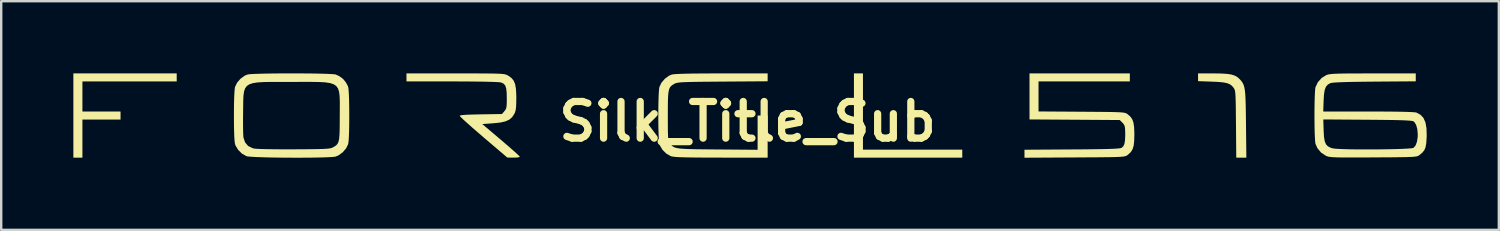
<source format=kicad_pcb>
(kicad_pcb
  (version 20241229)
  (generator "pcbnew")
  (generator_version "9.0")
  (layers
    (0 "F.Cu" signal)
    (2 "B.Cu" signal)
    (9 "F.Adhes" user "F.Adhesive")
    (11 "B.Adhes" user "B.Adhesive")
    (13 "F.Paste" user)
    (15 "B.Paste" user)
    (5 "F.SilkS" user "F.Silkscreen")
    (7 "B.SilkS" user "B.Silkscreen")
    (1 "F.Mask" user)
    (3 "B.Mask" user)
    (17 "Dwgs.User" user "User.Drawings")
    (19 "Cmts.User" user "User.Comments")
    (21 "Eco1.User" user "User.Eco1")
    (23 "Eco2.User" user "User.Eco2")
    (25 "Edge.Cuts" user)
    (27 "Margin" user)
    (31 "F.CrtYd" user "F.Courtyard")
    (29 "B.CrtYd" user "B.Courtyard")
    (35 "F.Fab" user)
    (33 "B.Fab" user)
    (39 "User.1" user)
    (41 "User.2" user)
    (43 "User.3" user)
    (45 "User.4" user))
  (footprint "Silk_Title_Sub"
    (layer "F.Cu")
    (at 28.028 2.003)
    (property "Reference" "Silk_Title_Sub" (at 0 0 0) (layer "F.SilkS") (effects (font (size 1.524 1.524) (thickness 0.3))))
    (attr board_only exclude_from_pos_files exclude_from_bom)
    (fp_poly (pts (xy 4.796 1.168) (xy 8.925 1.168) (xy 8.925 1.501) (xy 4.421 1.501) (xy 4.421 -2.002) (xy 4.796 -2.002)) (stroke (width 0) (type solid)) (fill yes) (layer "F.SilkS"))
    (fp_poly (pts (xy -23.732 -1.668) (xy -27.652 -1.668) (xy -27.652 -0.417) (xy -26.067 -0.417) (xy -26.067 -0.083) (xy -27.652 -0.083) (xy -27.652 1.501) (xy -28.028 1.501) (xy -28.028 -2.002) (xy -23.732 -2.002)) (stroke (width 0) (type solid)) (fill yes) (layer "F.SilkS"))
    (fp_poly (pts (xy 19.384 -2.001) (xy 19.693 -1.997) (xy 19.932 -1.982) (xy 20.115 -1.954) (xy 20.256 -1.908) (xy 20.369 -1.843) (xy 20.466 -1.754) (xy 20.486 -1.731) (xy 20.542 -1.664) (xy 20.587 -1.596) (xy 20.623 -1.519) (xy 20.651 -1.422) (xy 20.673 -1.298) (xy 20.689 -1.137) (xy 20.7 -0.929) (xy 20.708 -0.667) (xy 20.714 -0.339) (xy 20.719 0.062) (xy 20.719 0.094) (xy 20.735 1.501) (xy 20.315 1.501) (xy 20.303 0.107) (xy 20.299 -0.271) (xy 20.296 -0.576) (xy 20.292 -0.814) (xy 20.286 -0.997) (xy 20.279 -1.133) (xy 20.269 -1.23) (xy 20.256 -1.298) (xy 20.239 -1.347) (xy 20.218 -1.384) (xy 20.204 -1.405) (xy 20.13 -1.49) (xy 20.043 -1.553) (xy 19.93 -1.597) (xy 19.777 -1.627) (xy 19.567 -1.647) (xy 19.303 -1.659) (xy 18.727 -1.68) (xy 18.727 -2.002)) (stroke (width 0) (type solid)) (fill yes) (layer "F.SilkS"))
    (fp_poly (pts (xy 15.891 -1.668) (xy 12.095 -1.668) (xy 12.095 -0.42) (xy 13.886 -0.408) (xy 14.319 -0.405) (xy 14.677 -0.402) (xy 14.967 -0.399) (xy 15.198 -0.395) (xy 15.376 -0.389) (xy 15.51 -0.383) (xy 15.608 -0.374) (xy 15.677 -0.362) (xy 15.726 -0.348) (xy 15.761 -0.331) (xy 15.792 -0.31) (xy 15.794 -0.308) (xy 15.909 -0.209) (xy 15.989 -0.098) (xy 16.04 0.04) (xy 16.068 0.222) (xy 16.078 0.466) (xy 16.078 0.542) (xy 16.072 0.805) (xy 16.05 1.002) (xy 16.005 1.15) (xy 15.933 1.266) (xy 15.828 1.367) (xy 15.794 1.393) (xy 15.765 1.413) (xy 15.733 1.429) (xy 15.688 1.443) (xy 15.626 1.454) (xy 15.538 1.463) (xy 15.416 1.471) (xy 15.255 1.476) (xy 15.046 1.481) (xy 14.782 1.484) (xy 14.457 1.487) (xy 14.062 1.489) (xy 13.594 1.492) (xy 11.511 1.504) (xy 11.511 1.172) (xy 13.482 1.159) (xy 13.969 1.156) (xy 14.378 1.151) (xy 14.716 1.146) (xy 14.987 1.14) (xy 15.198 1.133) (xy 15.355 1.124) (xy 15.462 1.113) (xy 15.527 1.101) (xy 15.546 1.094) (xy 15.617 1.032) (xy 15.664 0.935) (xy 15.69 0.787) (xy 15.699 0.576) (xy 15.699 0.487) (xy 15.694 0.318) (xy 15.681 0.208) (xy 15.653 0.133) (xy 15.603 0.069) (xy 15.584 0.049) (xy 15.472 -0.063) (xy 11.72 -0.088) (xy 11.72 -2.002) (xy 15.891 -2.002)) (stroke (width 0) (type solid)) (fill yes) (layer "F.SilkS"))
    (fp_poly (pts (xy -12.147 -2.001) (xy -11.683 -2.001) (xy -11.295 -2.001) (xy -10.976 -1.999) (xy -10.717 -1.997) (xy -10.513 -1.994) (xy -10.354 -1.989) (xy -10.234 -1.982) (xy -10.145 -1.973) (xy -10.08 -1.962) (xy -10.031 -1.947) (xy -9.992 -1.93) (xy -9.953 -1.909) (xy -9.951 -1.907) (xy -9.822 -1.817) (xy -9.729 -1.708) (xy -9.667 -1.564) (xy -9.631 -1.373) (xy -9.616 -1.12) (xy -9.614 -0.98) (xy -9.617 -0.755) (xy -9.625 -0.593) (xy -9.641 -0.476) (xy -9.668 -0.384) (xy -9.701 -0.313) (xy -9.791 -0.177) (xy -9.91 -0.077) (xy -10.07 -0.006) (xy -10.286 0.042) (xy -10.57 0.072) (xy -10.575 0.072) (xy -11.03 0.104) (xy -10.249 0.765) (xy -10.033 0.95) (xy -9.84 1.117) (xy -9.678 1.26) (xy -9.557 1.371) (xy -9.485 1.442) (xy -9.468 1.464) (xy -9.506 1.483) (xy -9.605 1.496) (xy -9.728 1.499) (xy -9.989 1.497) (xy -10.977 0.655) (xy -11.221 0.445) (xy -11.443 0.252) (xy -11.636 0.081) (xy -11.792 -0.06) (xy -11.902 -0.164) (xy -11.961 -0.225) (xy -11.968 -0.236) (xy -11.941 -0.254) (xy -11.857 -0.269) (xy -11.707 -0.281) (xy -11.488 -0.29) (xy -11.193 -0.297) (xy -11.091 -0.299) (xy -10.211 -0.313) (xy -10.11 -0.43) (xy -10.064 -0.491) (xy -10.034 -0.558) (xy -10.018 -0.65) (xy -10.011 -0.788) (xy -10.01 -0.96) (xy -10.015 -1.204) (xy -10.035 -1.378) (xy -10.074 -1.497) (xy -10.138 -1.572) (xy -10.23 -1.618) (xy -10.256 -1.626) (xy -10.334 -1.636) (xy -10.488 -1.645) (xy -10.712 -1.652) (xy -11 -1.659) (xy -11.344 -1.663) (xy -11.738 -1.667) (xy -12.175 -1.668) (xy -12.293 -1.668) (xy -14.181 -1.668) (xy -14.181 -2.002)) (stroke (width 0) (type solid)) (fill yes) (layer "F.SilkS"))
    (fp_poly (pts (xy 0.834 -1.674) (xy -1.032 -1.661) (xy -1.48 -1.657) (xy -1.851 -1.654) (xy -2.155 -1.65) (xy -2.398 -1.645) (xy -2.589 -1.639) (xy -2.734 -1.632) (xy -2.842 -1.623) (xy -2.921 -1.611) (xy -2.977 -1.598) (xy -3.019 -1.581) (xy -3.034 -1.574) (xy -3.116 -1.526) (xy -3.181 -1.476) (xy -3.23 -1.415) (xy -3.265 -1.332) (xy -3.289 -1.216) (xy -3.304 -1.057) (xy -3.312 -0.845) (xy -3.315 -0.569) (xy -3.316 -0.245) (xy -3.315 0.076) (xy -3.314 0.324) (xy -3.31 0.511) (xy -3.304 0.647) (xy -3.294 0.742) (xy -3.279 0.809) (xy -3.259 0.857) (xy -3.233 0.898) (xy -3.229 0.904) (xy -3.184 0.962) (xy -3.14 1.01) (xy -3.088 1.049) (xy -3.019 1.08) (xy -2.927 1.104) (xy -2.802 1.122) (xy -2.637 1.135) (xy -2.424 1.144) (xy -2.155 1.151) (xy -1.821 1.155) (xy -1.415 1.159) (xy -1.241 1.16) (xy 0.417 1.174) (xy 0.417 -0.25) (xy 0.834 -0.25) (xy 0.834 1.501) (xy -1.095 1.5) (xy -1.568 1.499) (xy -1.964 1.497) (xy -2.291 1.494) (xy -2.556 1.489) (xy -2.765 1.484) (xy -2.926 1.476) (xy -3.045 1.466) (xy -3.13 1.454) (xy -3.187 1.44) (xy -3.191 1.439) (xy -3.376 1.335) (xy -3.537 1.177) (xy -3.647 0.99) (xy -3.667 0.932) (xy -3.682 0.834) (xy -3.693 0.668) (xy -3.702 0.449) (xy -3.708 0.191) (xy -3.711 -0.09) (xy -3.711 -0.38) (xy -3.708 -0.663) (xy -3.702 -0.924) (xy -3.694 -1.149) (xy -3.682 -1.323) (xy -3.667 -1.43) (xy -3.665 -1.438) (xy -3.581 -1.614) (xy -3.44 -1.778) (xy -3.27 -1.904) (xy -3.148 -1.955) (xy -3.056 -1.968) (xy -2.881 -1.979) (xy -2.624 -1.988) (xy -2.285 -1.995) (xy -1.866 -1.999) (xy -1.366 -2.001) (xy -1.074 -2.002) (xy 0.834 -2.002)) (stroke (width 0) (type solid)) (fill yes) (layer "F.SilkS"))
    (fp_poly (pts (xy 27.777 -1.673) (xy 26.057 -1.66) (xy 25.573 -1.655) (xy 25.169 -1.649) (xy 24.842 -1.641) (xy 24.587 -1.632) (xy 24.401 -1.622) (xy 24.28 -1.609) (xy 24.224 -1.596) (xy 24.118 -1.534) (xy 24.043 -1.446) (xy 23.993 -1.317) (xy 23.963 -1.134) (xy 23.947 -0.883) (xy 23.946 -0.868) (xy 23.931 -0.417) (xy 25.81 -0.417) (xy 26.326 -0.416) (xy 26.768 -0.413) (xy 27.134 -0.408) (xy 27.424 -0.401) (xy 27.635 -0.392) (xy 27.765 -0.381) (xy 27.806 -0.373) (xy 27.975 -0.281) (xy 28.098 -0.148) (xy 28.18 0.037) (xy 28.223 0.28) (xy 28.232 0.591) (xy 28.229 0.664) (xy 28.214 0.895) (xy 28.185 1.063) (xy 28.134 1.188) (xy 28.052 1.291) (xy 27.931 1.393) (xy 27.928 1.395) (xy 27.898 1.415) (xy 27.862 1.433) (xy 27.814 1.447) (xy 27.744 1.458) (xy 27.646 1.467) (xy 27.512 1.473) (xy 27.333 1.479) (xy 27.102 1.482) (xy 26.811 1.486) (xy 26.453 1.488) (xy 26.019 1.491) (xy 26.012 1.491) (xy 25.575 1.493) (xy 25.213 1.494) (xy 24.918 1.494) (xy 24.683 1.493) (xy 24.499 1.489) (xy 24.358 1.483) (xy 24.252 1.475) (xy 24.174 1.465) (xy 24.115 1.451) (xy 24.067 1.434) (xy 24.043 1.424) (xy 23.843 1.292) (xy 23.689 1.108) (xy 23.608 0.927) (xy 23.595 0.833) (xy 23.584 0.671) (xy 23.575 0.455) (xy 23.57 0.201) (xy 23.567 -0.077) (xy 23.567 -0.088) (xy 23.933 -0.088) (xy 23.947 0.37) (xy 23.961 0.625) (xy 23.991 0.811) (xy 24.042 0.941) (xy 24.121 1.028) (xy 24.237 1.088) (xy 24.32 1.113) (xy 24.413 1.127) (xy 24.574 1.138) (xy 24.792 1.147) (xy 25.055 1.154) (xy 25.352 1.158) (xy 25.672 1.159) (xy 26.002 1.159) (xy 26.333 1.156) (xy 26.651 1.151) (xy 26.947 1.145) (xy 27.208 1.136) (xy 27.423 1.125) (xy 27.581 1.113) (xy 27.67 1.099) (xy 27.682 1.094) (xy 27.765 1.003) (xy 27.825 0.848) (xy 27.857 0.645) (xy 27.86 0.542) (xy 27.843 0.323) (xy 27.795 0.144) (xy 27.721 0.022) (xy 27.682 -0.01) (xy 27.636 -0.024) (xy 27.547 -0.035) (xy 27.41 -0.045) (xy 27.217 -0.054) (xy 26.964 -0.061) (xy 26.646 -0.066) (xy 26.255 -0.071) (xy 25.787 -0.075) (xy 25.761 -0.075) (xy 23.933 -0.088) (xy 23.567 -0.088) (xy 23.566 -0.365) (xy 23.569 -0.646) (xy 23.574 -0.906) (xy 23.582 -1.131) (xy 23.592 -1.306) (xy 23.605 -1.414) (xy 23.608 -1.427) (xy 23.707 -1.636) (xy 23.868 -1.814) (xy 24.043 -1.924) (xy 24.089 -1.942) (xy 24.144 -1.958) (xy 24.215 -1.97) (xy 24.31 -1.98) (xy 24.437 -1.987) (xy 24.605 -1.993) (xy 24.822 -1.997) (xy 25.095 -1.999) (xy 25.432 -2) (xy 25.843 -2.001) (xy 25.994 -2.001) (xy 27.777 -2.002)) (stroke (width 0) (type solid)) (fill yes) (layer "F.SilkS"))
    (fp_poly (pts (xy -18.72 -2.002) (xy -18.376 -2) (xy -18.051 -1.997) (xy -17.757 -1.991) (xy -17.504 -1.984) (xy -17.305 -1.974) (xy -17.17 -1.964) (xy -17.122 -1.955) (xy -16.991 -1.897) (xy -16.854 -1.802) (xy -16.803 -1.757) (xy -16.702 -1.631) (xy -16.624 -1.492) (xy -16.604 -1.438) (xy -16.589 -1.339) (xy -16.577 -1.171) (xy -16.568 -0.951) (xy -16.562 -0.691) (xy -16.559 -0.409) (xy -16.559 -0.119) (xy -16.561 0.165) (xy -16.567 0.427) (xy -16.576 0.652) (xy -16.588 0.825) (xy -16.603 0.931) (xy -16.604 0.937) (xy -16.689 1.113) (xy -16.83 1.277) (xy -17 1.403) (xy -17.122 1.455) (xy -17.215 1.469) (xy -17.379 1.48) (xy -17.602 1.489) (xy -17.874 1.496) (xy -18.183 1.501) (xy -18.518 1.503) (xy -18.867 1.503) (xy -19.22 1.502) (xy -19.565 1.498) (xy -19.891 1.492) (xy -20.186 1.484) (xy -20.44 1.474) (xy -20.642 1.463) (xy -20.779 1.45) (xy -20.833 1.439) (xy -21.018 1.335) (xy -21.179 1.177) (xy -21.29 0.99) (xy -21.309 0.932) (xy -21.324 0.834) (xy -21.336 0.668) (xy -21.345 0.449) (xy -21.351 0.191) (xy -21.351 0.134) (xy -20.975 0.134) (xy -20.972 0.359) (xy -20.967 0.534) (xy -20.96 0.646) (xy -20.958 0.66) (xy -20.891 0.865) (xy -20.763 1.016) (xy -20.575 1.108) (xy -20.499 1.125) (xy -20.409 1.133) (xy -20.246 1.141) (xy -20.022 1.147) (xy -19.749 1.151) (xy -19.438 1.154) (xy -19.1 1.155) (xy -18.831 1.154) (xy -18.438 1.152) (xy -18.12 1.149) (xy -17.868 1.145) (xy -17.673 1.14) (xy -17.525 1.132) (xy -17.417 1.123) (xy -17.339 1.11) (xy -17.283 1.094) (xy -17.239 1.075) (xy -17.236 1.073) (xy -17.153 1.025) (xy -17.089 0.976) (xy -17.04 0.914) (xy -17.004 0.83) (xy -16.98 0.714) (xy -16.966 0.554) (xy -16.958 0.342) (xy -16.955 0.065) (xy -16.954 -0.25) (xy -16.952 -0.572) (xy -16.952 -0.84) (xy -16.96 -1.06) (xy -16.982 -1.237) (xy -17.026 -1.374) (xy -17.099 -1.477) (xy -17.208 -1.551) (xy -17.359 -1.6) (xy -17.56 -1.63) (xy -17.817 -1.644) (xy -18.137 -1.649) (xy -18.527 -1.649) (xy -18.956 -1.647) (xy -19.416 -1.648) (xy -19.8 -1.648) (xy -20.114 -1.642) (xy -20.366 -1.627) (xy -20.562 -1.597) (xy -20.71 -1.549) (xy -20.816 -1.478) (xy -20.888 -1.381) (xy -20.932 -1.251) (xy -20.956 -1.086) (xy -20.966 -0.882) (xy -20.969 -0.632) (xy -20.972 -0.398) (xy -20.975 -0.123) (xy -20.975 0.134) (xy -21.351 0.134) (xy -21.353 -0.09) (xy -21.353 -0.38) (xy -21.351 -0.663) (xy -21.345 -0.924) (xy -21.336 -1.149) (xy -21.324 -1.323) (xy -21.31 -1.43) (xy -21.308 -1.438) (xy -21.223 -1.614) (xy -21.083 -1.778) (xy -20.912 -1.904) (xy -20.79 -1.955) (xy -20.704 -1.968) (xy -20.545 -1.978) (xy -20.326 -1.986) (xy -20.058 -1.993) (xy -19.752 -1.998) (xy -19.419 -2.001) (xy -19.071 -2.003)) (stroke (width 0) (type solid)) (fill yes) (layer "F.SilkS")))
  (gr_rect
    (start -3 -3)
    (end 59.259 6.507)
    (stroke (width 0.1) (type default))
    (fill no)
    (layer "Edge.Cuts")))
</source>
